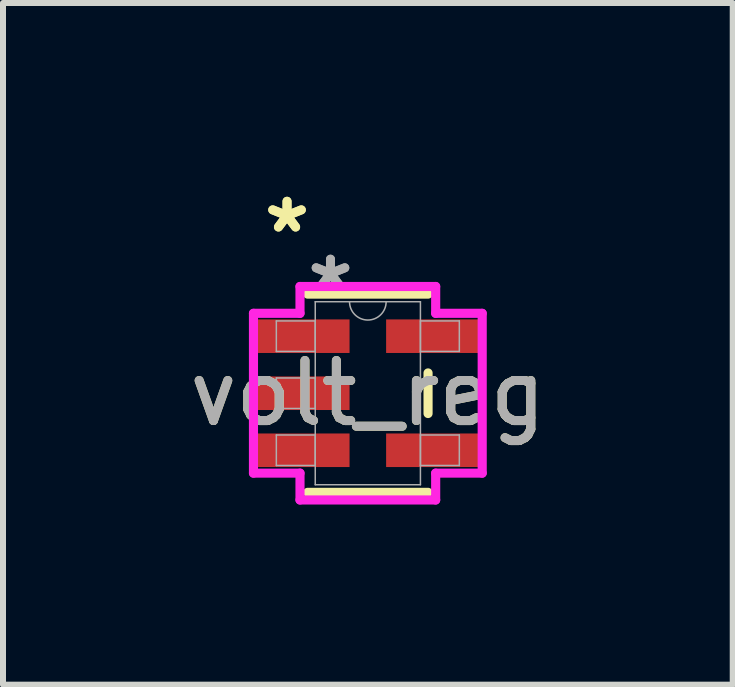
<source format=kicad_pcb>
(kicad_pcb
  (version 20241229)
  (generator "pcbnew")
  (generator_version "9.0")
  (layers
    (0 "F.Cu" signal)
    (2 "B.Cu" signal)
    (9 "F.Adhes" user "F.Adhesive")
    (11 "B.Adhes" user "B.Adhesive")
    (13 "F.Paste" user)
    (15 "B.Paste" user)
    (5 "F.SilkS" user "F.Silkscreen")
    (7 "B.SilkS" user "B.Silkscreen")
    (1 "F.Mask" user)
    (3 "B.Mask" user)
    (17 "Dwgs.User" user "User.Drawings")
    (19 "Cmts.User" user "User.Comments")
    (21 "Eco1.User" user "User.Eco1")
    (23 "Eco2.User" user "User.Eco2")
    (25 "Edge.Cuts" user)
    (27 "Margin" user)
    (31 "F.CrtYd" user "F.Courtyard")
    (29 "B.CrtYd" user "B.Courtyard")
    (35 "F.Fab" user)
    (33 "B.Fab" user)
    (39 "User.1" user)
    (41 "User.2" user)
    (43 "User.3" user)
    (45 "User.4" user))
  (footprint "volt_reg"
    (layer "F.Cu")
    (at 3.077 3.5)
    (property "Reference" "volt_reg" (at 0 0 0) (unlocked yes) (layer "F.SilkS") (effects (font (size 1 1) (thickness 0.15))))
    (attr smd)
    (fp_line (start -1.003 1.651) (end 1.003 1.651) (stroke (width 0.152) (type solid)) (layer "F.SilkS"))
    (fp_line (start 1.003 -1.651) (end -1.003 -1.651) (stroke (width 0.152) (type solid)) (layer "F.SilkS"))
    (fp_line (start 1.003 0.338) (end 1.003 -0.338) (stroke (width 0.152) (type solid)) (layer "F.SilkS"))
    (fp_line (start -1.905 -1.331) (end -1.13 -1.331) (stroke (width 0.152) (type solid)) (layer "F.CrtYd"))
    (fp_line (start -1.905 1.331) (end -1.905 -1.331) (stroke (width 0.152) (type solid)) (layer "F.CrtYd"))
    (fp_line (start -1.13 -1.778) (end 1.13 -1.778) (stroke (width 0.152) (type solid)) (layer "F.CrtYd"))
    (fp_line (start -1.13 -1.331) (end -1.13 -1.778) (stroke (width 0.152) (type solid)) (layer "F.CrtYd"))
    (fp_line (start -1.13 1.331) (end -1.905 1.331) (stroke (width 0.152) (type solid)) (layer "F.CrtYd"))
    (fp_line (start -1.13 1.778) (end -1.13 1.331) (stroke (width 0.152) (type solid)) (layer "F.CrtYd"))
    (fp_line (start 1.13 -1.778) (end 1.13 -1.331) (stroke (width 0.152) (type solid)) (layer "F.CrtYd"))
    (fp_line (start 1.13 -1.331) (end 1.905 -1.331) (stroke (width 0.152) (type solid)) (layer "F.CrtYd"))
    (fp_line (start 1.13 1.331) (end 1.13 1.778) (stroke (width 0.152) (type solid)) (layer "F.CrtYd"))
    (fp_line (start 1.13 1.778) (end -1.13 1.778) (stroke (width 0.152) (type solid)) (layer "F.CrtYd"))
    (fp_line (start 1.905 -1.331) (end 1.905 1.331) (stroke (width 0.152) (type solid)) (layer "F.CrtYd"))
    (fp_line (start 1.905 1.331) (end 1.13 1.331) (stroke (width 0.152) (type solid)) (layer "F.CrtYd"))
    (fp_line (start -1.524 -1.204) (end -1.524 -0.696) (stroke (width 0.025) (type solid)) (layer "F.Fab"))
    (fp_line (start -1.524 -0.696) (end -0.876 -0.696) (stroke (width 0.025) (type solid)) (layer "F.Fab"))
    (fp_line (start -1.524 -0.254) (end -1.524 0.254) (stroke (width 0.025) (type solid)) (layer "F.Fab"))
    (fp_line (start -1.524 0.254) (end -0.876 0.254) (stroke (width 0.025) (type solid)) (layer "F.Fab"))
    (fp_line (start -1.524 0.696) (end -1.524 1.204) (stroke (width 0.025) (type solid)) (layer "F.Fab"))
    (fp_line (start -1.524 1.204) (end -0.876 1.204) (stroke (width 0.025) (type solid)) (layer "F.Fab"))
    (fp_line (start -0.876 -1.524) (end -0.876 1.524) (stroke (width 0.025) (type solid)) (layer "F.Fab"))
    (fp_line (start -0.876 -1.204) (end -1.524 -1.204) (stroke (width 0.025) (type solid)) (layer "F.Fab"))
    (fp_line (start -0.876 -0.696) (end -0.876 -1.204) (stroke (width 0.025) (type solid)) (layer "F.Fab"))
    (fp_line (start -0.876 -0.254) (end -1.524 -0.254) (stroke (width 0.025) (type solid)) (layer "F.Fab"))
    (fp_line (start -0.876 0.254) (end -0.876 -0.254) (stroke (width 0.025) (type solid)) (layer "F.Fab"))
    (fp_line (start -0.876 0.696) (end -1.524 0.696) (stroke (width 0.025) (type solid)) (layer "F.Fab"))
    (fp_line (start -0.876 1.204) (end -0.876 0.696) (stroke (width 0.025) (type solid)) (layer "F.Fab"))
    (fp_line (start -0.876 1.524) (end 0.876 1.524) (stroke (width 0.025) (type solid)) (layer "F.Fab"))
    (fp_line (start 0.876 -1.524) (end -0.876 -1.524) (stroke (width 0.025) (type solid)) (layer "F.Fab"))
    (fp_line (start 0.876 -1.204) (end 0.876 -0.696) (stroke (width 0.025) (type solid)) (layer "F.Fab"))
    (fp_line (start 0.876 -0.696) (end 1.524 -0.696) (stroke (width 0.025) (type solid)) (layer "F.Fab"))
    (fp_line (start 0.876 0.696) (end 0.876 1.204) (stroke (width 0.025) (type solid)) (layer "F.Fab"))
    (fp_line (start 0.876 1.204) (end 1.524 1.204) (stroke (width 0.025) (type solid)) (layer "F.Fab"))
    (fp_line (start 0.876 1.524) (end 0.876 -1.524) (stroke (width 0.025) (type solid)) (layer "F.Fab"))
    (fp_line (start 1.524 -1.204) (end 0.876 -1.204) (stroke (width 0.025) (type solid)) (layer "F.Fab"))
    (fp_line (start 1.524 -0.696) (end 1.524 -1.204) (stroke (width 0.025) (type solid)) (layer "F.Fab"))
    (fp_line (start 1.524 0.696) (end 0.876 0.696) (stroke (width 0.025) (type solid)) (layer "F.Fab"))
    (fp_line (start 1.524 1.204) (end 1.524 0.696) (stroke (width 0.025) (type solid)) (layer "F.Fab"))
    (fp_arc (start 0.3048 -1.524) (mid 0 -1.2192) (end -0.3048 -1.524) (stroke (width 0.0254) (type solid)) (layer "F.Fab"))
    (fp_text user "*" (at -1.346 -2.652 0) (layer "F.SilkS") (effects (font (size 1 1) (thickness 0.15))))
    (fp_text user "*" (at -1.346 -2.652 0) (unlocked yes) (layer "F.SilkS") (effects (font (size 1 1) (thickness 0.15))))
    (fp_text user "*" (at -0.622 -1.687 0) (layer "F.Fab") (effects (font (size 1 1) (thickness 0.15))))
    (fp_text user "*" (at -0.622 -1.687 0) (unlocked yes) (layer "F.Fab") (effects (font (size 1 1) (thickness 0.15))))
    (fp_text user "${REFERENCE}" (at 0 0 0) (unlocked yes) (layer "F.Fab") (effects (font (size 1 1) (thickness 0.15))))
    (pad "1" smd rect (at -1.092 -0.95) (size 1.575 0.559) (layers "F.Cu" "F.Mask" "F.Paste"))
    (pad "2" smd rect (at -1.092 0) (size 1.575 0.559) (layers "F.Cu" "F.Mask" "F.Paste"))
    (pad "3" smd rect (at -1.092 0.95) (size 1.575 0.559) (layers "F.Cu" "F.Mask" "F.Paste"))
    (pad "4" smd rect (at 1.092 0.95) (size 1.575 0.559) (layers "F.Cu" "F.Mask" "F.Paste"))
    (pad "5" smd rect (at 1.092 -0.95) (size 1.575 0.559) (layers "F.Cu" "F.Mask" "F.Paste")))
  (gr_rect
    (start -3 -3)
    (end 9.155 8.354)
    (stroke (width 0.1) (type default))
    (fill no)
    (layer "Edge.Cuts")))
</source>
